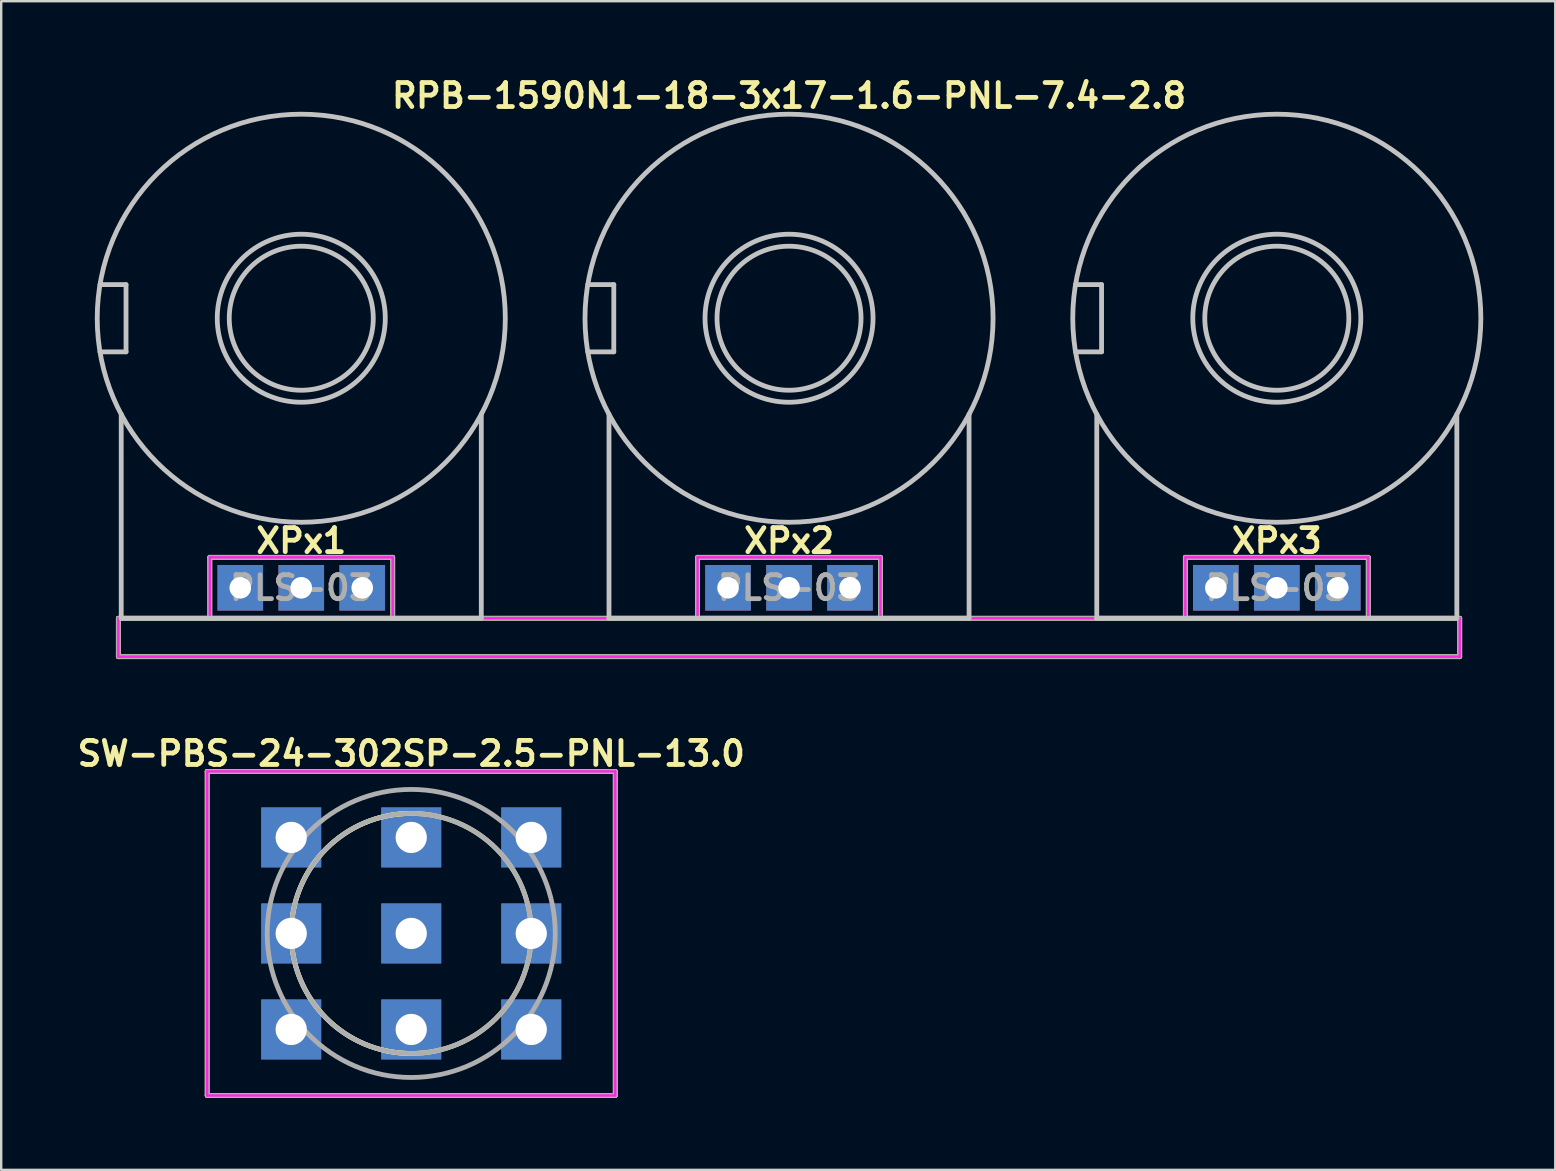
<source format=kicad_pcb>
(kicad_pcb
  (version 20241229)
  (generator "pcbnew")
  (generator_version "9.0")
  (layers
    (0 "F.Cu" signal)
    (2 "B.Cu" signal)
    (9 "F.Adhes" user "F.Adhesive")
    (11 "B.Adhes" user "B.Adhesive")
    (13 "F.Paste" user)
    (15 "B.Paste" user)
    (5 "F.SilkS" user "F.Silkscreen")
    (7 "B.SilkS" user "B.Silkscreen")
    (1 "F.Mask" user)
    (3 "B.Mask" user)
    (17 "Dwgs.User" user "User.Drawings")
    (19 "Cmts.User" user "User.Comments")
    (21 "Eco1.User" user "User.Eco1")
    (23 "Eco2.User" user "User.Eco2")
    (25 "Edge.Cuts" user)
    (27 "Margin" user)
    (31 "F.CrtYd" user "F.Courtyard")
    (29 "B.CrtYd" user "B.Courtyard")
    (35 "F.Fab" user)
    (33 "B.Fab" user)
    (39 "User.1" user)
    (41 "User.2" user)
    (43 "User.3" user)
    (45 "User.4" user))
  (footprint "RPB-1590N1-18-3x17-1.6-PNL-7.4-2.8"
    (layer "F.Cu")
    (at 29.82 10.207)
    (property "Reference" "RPB-1590N1-18-3x17-1.6-PNL-7.4-2.8" (at 0 -9.271 0) (layer "F.SilkS") (effects (font (size 1 1) (thickness 0.2))))
    (attr through_hole)
    (fp_line (start -27.94 12.5) (end -27.94 14.1) (stroke (width 0.2) (type solid)) (layer "F.SilkS"))
    (fp_line (start -27.94 12.5) (end 27.94 12.5) (stroke (width 0.2) (type solid)) (layer "F.SilkS"))
    (fp_line (start -27.94 14.1) (end 27.94 14.1) (stroke (width 0.2) (type solid)) (layer "F.SilkS"))
    (fp_line (start -24.13 9.96) (end -24.13 12.5) (stroke (width 0.2) (type solid)) (layer "F.SilkS"))
    (fp_line (start -24.13 9.96) (end -16.51 9.96) (stroke (width 0.2) (type solid)) (layer "F.SilkS"))
    (fp_line (start -16.51 9.96) (end -16.51 12.5) (stroke (width 0.2) (type solid)) (layer "F.SilkS"))
    (fp_line (start -3.81 9.96) (end -3.81 12.5) (stroke (width 0.2) (type solid)) (layer "F.SilkS"))
    (fp_line (start -3.81 9.96) (end 3.81 9.96) (stroke (width 0.2) (type solid)) (layer "F.SilkS"))
    (fp_line (start 3.81 9.96) (end 3.81 12.5) (stroke (width 0.2) (type solid)) (layer "F.SilkS"))
    (fp_line (start 16.51 9.96) (end 16.51 12.5) (stroke (width 0.2) (type solid)) (layer "F.SilkS"))
    (fp_line (start 16.51 9.96) (end 24.13 9.96) (stroke (width 0.2) (type solid)) (layer "F.SilkS"))
    (fp_line (start 24.13 9.96) (end 24.13 12.5) (stroke (width 0.2) (type solid)) (layer "F.SilkS"))
    (fp_line (start 27.94 12.5) (end 27.94 14.1) (stroke (width 0.2) (type solid)) (layer "F.SilkS"))
    (fp_line (start -28.704 -1.4) (end -27.62 -1.4) (stroke (width 0.2) (type solid)) (layer "Dwgs.User"))
    (fp_line (start -28.704 1.4) (end -27.62 1.4) (stroke (width 0.2) (type solid)) (layer "Dwgs.User"))
    (fp_line (start -27.82 4) (end -27.82 12.5) (stroke (width 0.2) (type solid)) (layer "Dwgs.User"))
    (fp_line (start -27.82 12.5) (end -12.82 12.5) (stroke (width 0.2) (type solid)) (layer "Dwgs.User"))
    (fp_line (start -27.62 -1.4) (end -27.62 1.4) (stroke (width 0.2) (type solid)) (layer "Dwgs.User"))
    (fp_line (start -12.82 4) (end -12.82 12.5) (stroke (width 0.2) (type solid)) (layer "Dwgs.User"))
    (fp_line (start -8.384 -1.4) (end -7.3 -1.4) (stroke (width 0.2) (type solid)) (layer "Dwgs.User"))
    (fp_line (start -8.384 1.4) (end -7.3 1.4) (stroke (width 0.2) (type solid)) (layer "Dwgs.User"))
    (fp_line (start -7.5 4) (end -7.5 12.5) (stroke (width 0.2) (type solid)) (layer "Dwgs.User"))
    (fp_line (start -7.5 12.5) (end 7.5 12.5) (stroke (width 0.2) (type solid)) (layer "Dwgs.User"))
    (fp_line (start -7.3 -1.4) (end -7.3 1.4) (stroke (width 0.2) (type solid)) (layer "Dwgs.User"))
    (fp_line (start 7.5 4) (end 7.5 12.5) (stroke (width 0.2) (type solid)) (layer "Dwgs.User"))
    (fp_line (start 11.936 -1.4) (end 13.02 -1.4) (stroke (width 0.2) (type solid)) (layer "Dwgs.User"))
    (fp_line (start 11.936 1.4) (end 13.02 1.4) (stroke (width 0.2) (type solid)) (layer "Dwgs.User"))
    (fp_line (start 12.82 4) (end 12.82 12.5) (stroke (width 0.2) (type solid)) (layer "Dwgs.User"))
    (fp_line (start 12.82 12.5) (end 27.82 12.5) (stroke (width 0.2) (type solid)) (layer "Dwgs.User"))
    (fp_line (start 13.02 -1.4) (end 13.02 1.4) (stroke (width 0.2) (type solid)) (layer "Dwgs.User"))
    (fp_line (start 27.82 4) (end 27.82 12.5) (stroke (width 0.2) (type solid)) (layer "Dwgs.User"))
    (fp_circle (center -20.32 0) (end -17.32 0) (stroke (width 0.2) (type solid)) (fill no) (layer "Dwgs.User"))
    (fp_circle (center -20.32 0) (end -16.82 0) (stroke (width 0.2) (type solid)) (fill no) (layer "Dwgs.User"))
    (fp_circle (center -20.32 0) (end -11.82 0) (stroke (width 0.2) (type solid)) (fill no) (layer "Dwgs.User"))
    (fp_circle (center 0 0) (end 3 0) (stroke (width 0.2) (type solid)) (fill no) (layer "Dwgs.User"))
    (fp_circle (center 0 0) (end 3.5 0) (stroke (width 0.2) (type solid)) (fill no) (layer "Dwgs.User"))
    (fp_circle (center 0 0) (end 8.5 0) (stroke (width 0.2) (type solid)) (fill no) (layer "Dwgs.User"))
    (fp_circle (center 20.32 0) (end 23.32 0) (stroke (width 0.2) (type solid)) (fill no) (layer "Dwgs.User"))
    (fp_circle (center 20.32 0) (end 23.82 0) (stroke (width 0.2) (type solid)) (fill no) (layer "Dwgs.User"))
    (fp_circle (center 20.32 0) (end 28.82 0) (stroke (width 0.2) (type solid)) (fill no) (layer "Dwgs.User"))
    (fp_circle (center -28.22 0) (end -26.82 0) (stroke (width 0.4) (type solid)) (fill no) (layer "Eco1.User"))
    (fp_circle (center -20.32 0) (end -16.62 0) (stroke (width 0.4) (type solid)) (fill no) (layer "Eco1.User"))
    (fp_circle (center -7.9 0) (end -6.5 0) (stroke (width 0.4) (type solid)) (fill no) (layer "Eco1.User"))
    (fp_circle (center 0 0) (end 3.7 0) (stroke (width 0.4) (type solid)) (fill no) (layer "Eco1.User"))
    (fp_circle (center 12.42 0) (end 13.82 0) (stroke (width 0.4) (type solid)) (fill no) (layer "Eco1.User"))
    (fp_circle (center 20.32 0) (end 24.02 0) (stroke (width 0.4) (type solid)) (fill no) (layer "Eco1.User"))
    (fp_line (start -27.94 12.5) (end -27.94 14.1) (stroke (width 0.1) (type solid)) (layer "F.CrtYd"))
    (fp_line (start -27.94 12.5) (end -24.13 12.5) (stroke (width 0.1) (type solid)) (layer "F.CrtYd"))
    (fp_line (start -27.94 14.1) (end 27.94 14.1) (stroke (width 0.1) (type solid)) (layer "F.CrtYd"))
    (fp_line (start -24.13 9.96) (end -24.13 12.5) (stroke (width 0.1) (type solid)) (layer "F.CrtYd"))
    (fp_line (start -24.13 9.96) (end -16.51 9.96) (stroke (width 0.1) (type solid)) (layer "F.CrtYd"))
    (fp_line (start -16.51 9.96) (end -16.51 12.5) (stroke (width 0.1) (type solid)) (layer "F.CrtYd"))
    (fp_line (start -16.51 12.5) (end -3.81 12.5) (stroke (width 0.1) (type solid)) (layer "F.CrtYd"))
    (fp_line (start -3.81 9.96) (end -3.81 12.5) (stroke (width 0.1) (type solid)) (layer "F.CrtYd"))
    (fp_line (start -3.81 9.96) (end 3.81 9.96) (stroke (width 0.1) (type solid)) (layer "F.CrtYd"))
    (fp_line (start 3.81 9.96) (end 3.81 12.5) (stroke (width 0.1) (type solid)) (layer "F.CrtYd"))
    (fp_line (start 3.81 12.5) (end 16.51 12.5) (stroke (width 0.1) (type solid)) (layer "F.CrtYd"))
    (fp_line (start 16.51 9.96) (end 16.51 12.5) (stroke (width 0.1) (type solid)) (layer "F.CrtYd"))
    (fp_line (start 16.51 9.96) (end 24.13 9.96) (stroke (width 0.1) (type solid)) (layer "F.CrtYd"))
    (fp_line (start 24.13 9.96) (end 24.13 12.5) (stroke (width 0.1) (type solid)) (layer "F.CrtYd"))
    (fp_line (start 24.13 12.5) (end 27.94 12.5) (stroke (width 0.1) (type solid)) (layer "F.CrtYd"))
    (fp_line (start 27.94 12.5) (end 27.94 14.1) (stroke (width 0.1) (type solid)) (layer "F.CrtYd"))
    (fp_line (start -27.94 12.5) (end -27.94 14.1) (stroke (width 0.2) (type solid)) (layer "F.Fab"))
    (fp_line (start -27.94 12.5) (end 27.94 12.5) (stroke (width 0.2) (type solid)) (layer "F.Fab"))
    (fp_line (start -27.94 14.1) (end 27.94 14.1) (stroke (width 0.2) (type solid)) (layer "F.Fab"))
    (fp_line (start -24.13 9.96) (end -24.13 12.5) (stroke (width 0.2) (type solid)) (layer "F.Fab"))
    (fp_line (start -24.13 9.96) (end -16.51 9.96) (stroke (width 0.2) (type solid)) (layer "F.Fab"))
    (fp_line (start -16.51 9.96) (end -16.51 12.5) (stroke (width 0.2) (type solid)) (layer "F.Fab"))
    (fp_line (start -3.81 9.96) (end -3.81 12.5) (stroke (width 0.2) (type solid)) (layer "F.Fab"))
    (fp_line (start -3.81 9.96) (end 3.81 9.96) (stroke (width 0.2) (type solid)) (layer "F.Fab"))
    (fp_line (start 3.81 9.96) (end 3.81 12.5) (stroke (width 0.2) (type solid)) (layer "F.Fab"))
    (fp_line (start 16.51 9.96) (end 16.51 12.5) (stroke (width 0.2) (type solid)) (layer "F.Fab"))
    (fp_line (start 16.51 9.96) (end 24.13 9.96) (stroke (width 0.2) (type solid)) (layer "F.Fab"))
    (fp_line (start 24.13 9.96) (end 24.13 12.5) (stroke (width 0.2) (type solid)) (layer "F.Fab"))
    (fp_line (start 27.94 12.5) (end 27.94 14.1) (stroke (width 0.2) (type solid)) (layer "F.Fab"))
    (fp_text user "XPx1" (at -20.32 9.271 0) (layer "F.SilkS") (effects (font (size 1 1) (thickness 0.2))))
    (fp_text user "XPx2" (at 0 9.271 0) (layer "F.SilkS") (effects (font (size 1 1) (thickness 0.2))))
    (fp_text user "XPx3" (at 20.32 9.271 0) (layer "F.SilkS") (effects (font (size 1 1) (thickness 0.2))))
    (fp_text user "PLS-03" (at 0 11.23 0) (layer "F.Fab") (effects (font (size 1 1) (thickness 0.2))))
    (fp_text user "PLS-03" (at 20.32 11.23 0) (layer "F.Fab") (effects (font (size 1 1) (thickness 0.2))))
    (fp_text user "PLS-03" (at -20.32 11.23 0) (layer "F.Fab") (effects (font (size 1 1) (thickness 0.2))))
    (pad "11" thru_hole rect (at -22.86 11.23) (size 1.9 1.9) (drill 0.9) (layers "*.Cu" "*.Mask"))
    (pad "12" thru_hole rect (at -20.32 11.23) (size 1.9 1.9) (drill 0.9) (layers "*.Cu" "*.Mask"))
    (pad "13" thru_hole rect (at -17.78 11.23) (size 1.9 1.9) (drill 0.9) (layers "*.Cu" "*.Mask"))
    (pad "21" thru_hole rect (at -2.54 11.23) (size 1.9 1.9) (drill 0.9) (layers "*.Cu" "*.Mask"))
    (pad "22" thru_hole rect (at 0 11.23) (size 1.9 1.9) (drill 0.9) (layers "*.Cu" "*.Mask"))
    (pad "23" thru_hole rect (at 2.54 11.23) (size 1.9 1.9) (drill 0.9) (layers "*.Cu" "*.Mask"))
    (pad "31" thru_hole rect (at 17.78 11.23) (size 1.9 1.9) (drill 0.9) (layers "*.Cu" "*.Mask"))
    (pad "32" thru_hole rect (at 20.32 11.23) (size 1.9 1.9) (drill 0.9) (layers "*.Cu" "*.Mask"))
    (pad "33" thru_hole rect (at 22.86 11.23) (size 1.9 1.9) (drill 0.9) (layers "*.Cu" "*.Mask")))
  (footprint "SW-PBS-24-302SP-2.5-PNL-13.0"
    (layer "F.Cu")
    (at 14.081 35.836)
    (property "Reference" "SW-PBS-24-302SP-2.5-PNL-13.0" (at 0 -7.493 0) (layer "F.SilkS") (effects (font (size 1 1) (thickness 0.2))))
    (attr through_hole)
    (fp_line (start -8.5 -6.75) (end -8.5 6.75) (stroke (width 0.2) (type solid)) (layer "F.SilkS"))
    (fp_line (start -8.5 -6.75) (end 8.5 -6.75) (stroke (width 0.2) (type solid)) (layer "F.SilkS"))
    (fp_line (start -8.5 6.75) (end 8.5 6.75) (stroke (width 0.2) (type solid)) (layer "F.SilkS"))
    (fp_line (start 8.5 -6.75) (end 8.5 6.75) (stroke (width 0.2) (type solid)) (layer "F.SilkS"))
    (fp_arc (start -4.941858 -0.760286) (mid -3.255654 -3.794827) (end 0 -5) (stroke (width 0.2) (type solid)) (layer "F.SilkS"))
    (fp_arc (start 0 5) (mid -3.255654 3.794827) (end -4.941858 0.760286) (stroke (width 0.2) (type solid)) (layer "F.SilkS"))
    (fp_circle (center 0 0) (end 5 0) (stroke (width 0.2) (type solid)) (fill no) (layer "F.SilkS"))
    (fp_circle (center 0 0) (end 6.5 0) (stroke (width 0.4) (type solid)) (fill no) (layer "Eco1.User"))
    (fp_line (start -8.5 -6.75) (end -8.5 6.75) (stroke (width 0.1) (type solid)) (layer "F.CrtYd"))
    (fp_line (start -8.5 -6.75) (end 8.5 -6.75) (stroke (width 0.1) (type solid)) (layer "F.CrtYd"))
    (fp_line (start -8.5 6.75) (end 8.5 6.75) (stroke (width 0.1) (type solid)) (layer "F.CrtYd"))
    (fp_line (start 8.5 -6.75) (end 8.5 6.75) (stroke (width 0.1) (type solid)) (layer "F.CrtYd"))
    (fp_line (start -8.5 -6.75) (end -8.5 6.75) (stroke (width 0.2) (type solid)) (layer "F.Fab"))
    (fp_line (start -8.5 -6.75) (end 8.5 -6.75) (stroke (width 0.2) (type solid)) (layer "F.Fab"))
    (fp_line (start -8.5 6.75) (end 8.5 6.75) (stroke (width 0.2) (type solid)) (layer "F.Fab"))
    (fp_line (start 8.5 -6.75) (end 8.5 6.75) (stroke (width 0.2) (type solid)) (layer "F.Fab"))
    (fp_circle (center 0 0) (end 5 0) (stroke (width 0.2) (type solid)) (fill no) (layer "F.Fab"))
    (fp_circle (center 0 0) (end 6 0) (stroke (width 0.2) (type solid)) (fill no) (layer "F.Fab"))
    (pad "COM1" thru_hole rect (at -5 0) (size 2.5 2.5) (drill 1.3) (layers "*.Cu" "*.Mask"))
    (pad "COM2" thru_hole rect (at 0 0) (size 2.5 2.5) (drill 1.3) (layers "*.Cu" "*.Mask"))
    (pad "COM3" thru_hole rect (at 5 0) (size 2.5 2.5) (drill 1.3) (layers "*.Cu" "*.Mask"))
    (pad "NC1" thru_hole rect (at -5 4) (size 2.5 2.5) (drill 1.3) (layers "*.Cu" "*.Mask"))
    (pad "NC2" thru_hole rect (at 0 4) (size 2.5 2.5) (drill 1.3) (layers "*.Cu" "*.Mask"))
    (pad "NC3" thru_hole rect (at 5 4) (size 2.5 2.5) (drill 1.3) (layers "*.Cu" "*.Mask"))
    (pad "NO1" thru_hole rect (at -5 -4) (size 2.5 2.5) (drill 1.3) (layers "*.Cu" "*.Mask"))
    (pad "NO2" thru_hole rect (at 0 -4) (size 2.5 2.5) (drill 1.3) (layers "*.Cu" "*.Mask"))
    (pad "NO3" thru_hole rect (at 5 -4) (size 2.5 2.5) (drill 1.3) (layers "*.Cu" "*.Mask")))
  (gr_rect
    (start -3 -3)
    (end 61.74 45.686)
    (stroke (width 0.1) (type default))
    (fill no)
    (layer "Edge.Cuts")))
</source>
